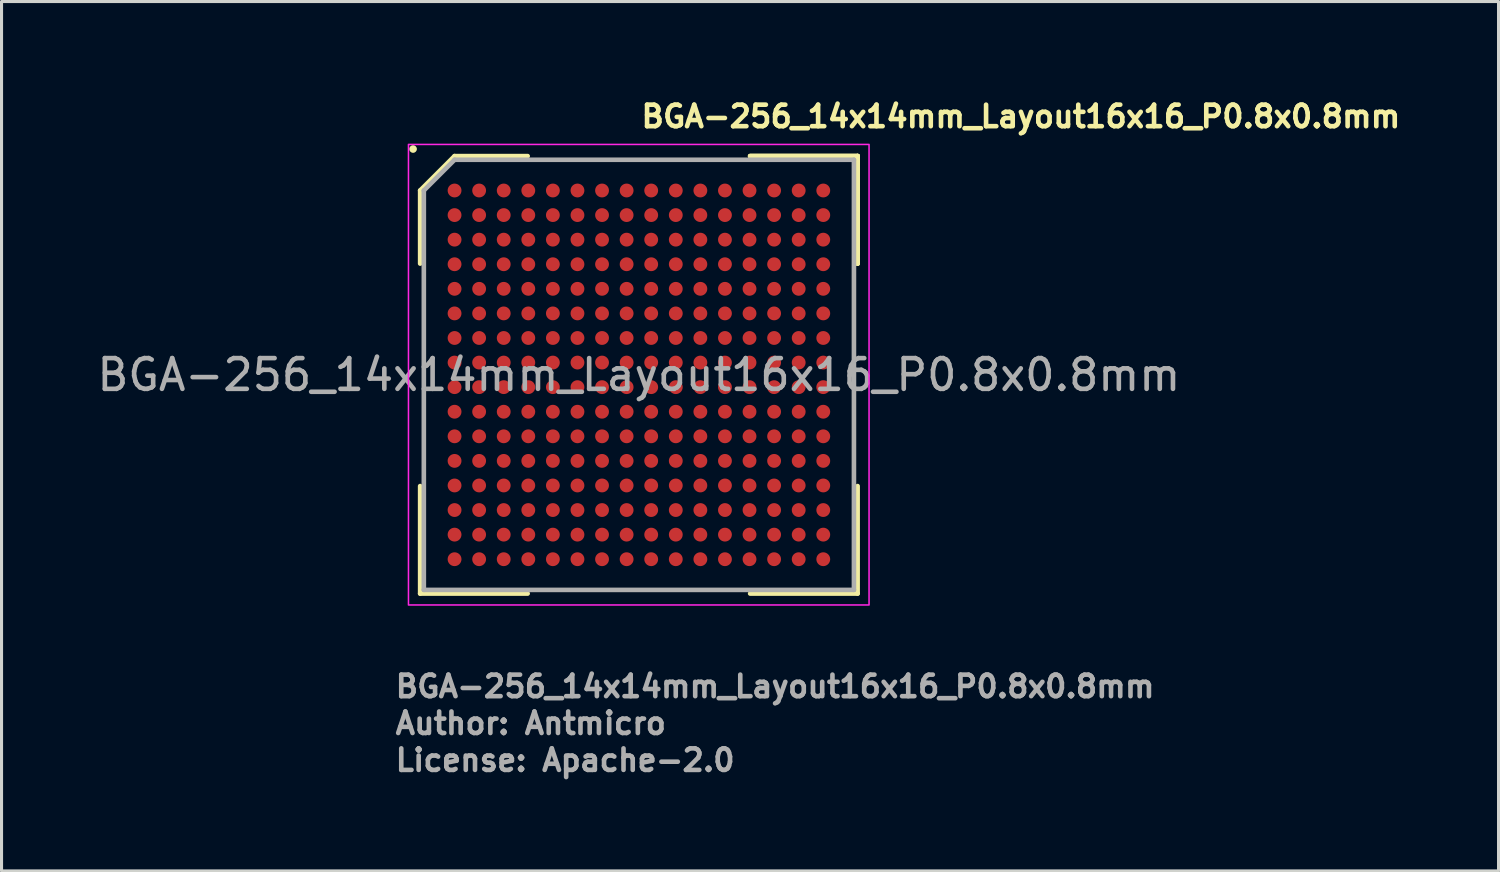
<source format=kicad_pcb>
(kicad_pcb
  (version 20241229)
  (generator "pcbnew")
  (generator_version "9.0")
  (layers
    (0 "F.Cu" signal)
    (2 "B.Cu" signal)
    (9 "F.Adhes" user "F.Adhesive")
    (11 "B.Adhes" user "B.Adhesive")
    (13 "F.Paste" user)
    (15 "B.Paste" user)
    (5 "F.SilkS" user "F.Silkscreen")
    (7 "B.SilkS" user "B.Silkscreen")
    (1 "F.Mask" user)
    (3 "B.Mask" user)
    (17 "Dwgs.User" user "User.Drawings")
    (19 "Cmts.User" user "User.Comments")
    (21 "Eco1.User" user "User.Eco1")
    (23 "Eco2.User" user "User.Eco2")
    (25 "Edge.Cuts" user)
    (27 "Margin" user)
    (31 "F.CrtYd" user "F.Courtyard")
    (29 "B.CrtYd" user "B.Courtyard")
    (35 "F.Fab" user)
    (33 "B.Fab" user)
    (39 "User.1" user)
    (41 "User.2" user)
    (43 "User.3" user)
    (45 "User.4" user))
  (footprint "BGA-256_14x14mm_Layout16x16_P0.8x0.8mm"
    (layer "F.Cu")
    (at 17.744 9.15)
    (property "Reference" "BGA-256_14x14mm_Layout16x16_P0.8x0.8mm" (at 0 -8 0) (layer "F.SilkS") (effects (font (size 0.7 0.7) (thickness 0.15)) (justify left bottom)))
    (attr smd)
    (fp_line (start -7.12 -6) (end -7.12 -3.621) (stroke (width 0.15) (type solid)) (layer "F.SilkS"))
    (fp_line (start -7.12 7.118) (end -7.12 3.62) (stroke (width 0.15) (type solid)) (layer "F.SilkS"))
    (fp_line (start -6 -7.12) (end -7.12 -6) (stroke (width 0.15) (type solid)) (layer "F.SilkS"))
    (fp_line (start -3.621 -7.12) (end -6 -7.12) (stroke (width 0.15) (type solid)) (layer "F.SilkS"))
    (fp_line (start -3.621 7.118) (end -7.12 7.118) (stroke (width 0.15) (type solid)) (layer "F.SilkS"))
    (fp_line (start 3.62 -7.12) (end 7.118 -7.12) (stroke (width 0.15) (type solid)) (layer "F.SilkS"))
    (fp_line (start 3.62 -7.12) (end 7.118 -7.12) (stroke (width 0.15) (type solid)) (layer "F.SilkS"))
    (fp_line (start 3.62 -7.12) (end 7.118 -7.12) (stroke (width 0.15) (type solid)) (layer "F.SilkS"))
    (fp_line (start 3.62 7.118) (end 7.118 7.118) (stroke (width 0.15) (type solid)) (layer "F.SilkS"))
    (fp_line (start 7.118 -7.12) (end 7.118 -3.621) (stroke (width 0.15) (type solid)) (layer "F.SilkS"))
    (fp_line (start 7.118 -7.12) (end 7.118 -3.621) (stroke (width 0.15) (type solid)) (layer "F.SilkS"))
    (fp_line (start 7.118 -7.12) (end 7.118 -3.621) (stroke (width 0.15) (type solid)) (layer "F.SilkS"))
    (fp_line (start 7.118 7.118) (end 7.118 3.62) (stroke (width 0.15) (type solid)) (layer "F.SilkS"))
    (fp_circle (center -7.35 -7.35) (end -7.301 -7.35) (stroke (width 0.15) (type solid)) (fill yes) (layer "F.SilkS"))
    (fp_rect (start -7.5 -7.5) (end 7.49 7.49) (stroke (width 0.05) (type solid)) (fill no) (layer "F.CrtYd"))
    (fp_line (start -7 -6) (end -7 6.998) (stroke (width 0.15) (type solid)) (layer "F.Fab"))
    (fp_line (start -7 6.998) (end 6.998 6.998) (stroke (width 0.15) (type solid)) (layer "F.Fab"))
    (fp_line (start -6 -7) (end -7 -6) (stroke (width 0.15) (type solid)) (layer "F.Fab"))
    (fp_line (start 6.998 -7) (end -6 -7) (stroke (width 0.15) (type solid)) (layer "F.Fab"))
    (fp_line (start 6.998 6.998) (end 6.998 -7) (stroke (width 0.15) (type solid)) (layer "F.Fab"))
    (fp_rect (start -7 -7) (end 6.998 6.998) (stroke (width 0.1) (type solid)) (fill no) (layer "User.5"))
    (fp_rect (start -7 -7) (end 6.999 6.999) (stroke (width 0.1) (type solid)) (fill no) (layer "User.5"))
    (fp_rect (start -7 -7) (end 6.999 6.999) (stroke (width 0.1) (type solid)) (fill no) (layer "User.5"))
    (fp_line (start -7 -7) (end -7 6.998) (stroke (width 0.02) (type solid)) (layer "User.9"))
    (fp_line (start -7 -7) (end -7 6.999) (stroke (width 0.02) (type solid)) (layer "User.9"))
    (fp_line (start -7 6.998) (end 6.998 6.998) (stroke (width 0.02) (type solid)) (layer "User.9"))
    (fp_line (start -7 6.999) (end 6.999 6.999) (stroke (width 0.02) (type solid)) (layer "User.9"))
    (fp_line (start 6.998 -7) (end -7 -7) (stroke (width 0.02) (type solid)) (layer "User.9"))
    (fp_line (start 6.998 6.998) (end 6.998 -7) (stroke (width 0.02) (type solid)) (layer "User.9"))
    (fp_line (start 6.999 -7) (end -7 -7) (stroke (width 0.02) (type solid)) (layer "User.9"))
    (fp_line (start 6.999 6.999) (end 6.999 -7) (stroke (width 0.02) (type solid)) (layer "User.9"))
    (fp_text user "Author: Antmicro" (at -8 11.749 0) (layer "F.Fab") (effects (font (size 0.7 0.7) (thickness 0.15)) (justify left bottom)))
    (fp_text user "License: Apache-2.0" (at -8 12.95 0) (layer "F.Fab") (effects (font (size 0.7 0.7) (thickness 0.15)) (justify left bottom)))
    (fp_text user "${REFERENCE}" (at 0 0 0) (layer "F.Fab") (effects (font (size 1 1) (thickness 0.15))))
    (fp_text user "${REFERENCE}" (at -8 10.55 0) (layer "F.Fab") (effects (font (size 0.7 0.7) (thickness 0.15)) (justify left bottom)))
    (pad "A1" smd circle (at -6 -6) (size 0.45 0.45) (layers "F.Cu" "F.Mask" "F.Paste"))
    (pad "A2" smd circle (at -5.2 -6) (size 0.45 0.45) (layers "F.Cu" "F.Mask" "F.Paste"))
    (pad "A3" smd circle (at -4.4 -6) (size 0.45 0.45) (layers "F.Cu" "F.Mask" "F.Paste"))
    (pad "A4" smd circle (at -3.6 -6) (size 0.45 0.45) (layers "F.Cu" "F.Mask" "F.Paste"))
    (pad "A5" smd circle (at -2.8 -6) (size 0.45 0.45) (layers "F.Cu" "F.Mask" "F.Paste"))
    (pad "A6" smd circle (at -2 -6) (size 0.45 0.45) (layers "F.Cu" "F.Mask" "F.Paste"))
    (pad "A7" smd circle (at -1.2 -6) (size 0.45 0.45) (layers "F.Cu" "F.Mask" "F.Paste"))
    (pad "A8" smd circle (at -0.4 -6) (size 0.45 0.45) (layers "F.Cu" "F.Mask" "F.Paste"))
    (pad "A9" smd circle (at 0.4 -6) (size 0.45 0.45) (layers "F.Cu" "F.Mask" "F.Paste"))
    (pad "A10" smd circle (at 1.2 -6) (size 0.45 0.45) (layers "F.Cu" "F.Mask" "F.Paste"))
    (pad "A11" smd circle (at 2 -6) (size 0.45 0.45) (layers "F.Cu" "F.Mask" "F.Paste"))
    (pad "A12" smd circle (at 2.8 -6) (size 0.45 0.45) (layers "F.Cu" "F.Mask" "F.Paste"))
    (pad "A13" smd circle (at 3.6 -6) (size 0.45 0.45) (layers "F.Cu" "F.Mask" "F.Paste"))
    (pad "A14" smd circle (at 4.4 -6) (size 0.45 0.45) (layers "F.Cu" "F.Mask" "F.Paste"))
    (pad "A15" smd circle (at 5.2 -6) (size 0.45 0.45) (layers "F.Cu" "F.Mask" "F.Paste"))
    (pad "A16" smd circle (at 6 -6) (size 0.45 0.45) (layers "F.Cu" "F.Mask" "F.Paste"))
    (pad "B1" smd circle (at -6 -5.2) (size 0.45 0.45) (layers "F.Cu" "F.Mask" "F.Paste"))
    (pad "B2" smd circle (at -5.2 -5.2) (size 0.45 0.45) (layers "F.Cu" "F.Mask" "F.Paste"))
    (pad "B3" smd circle (at -4.4 -5.2) (size 0.45 0.45) (layers "F.Cu" "F.Mask" "F.Paste"))
    (pad "B4" smd circle (at -3.6 -5.2) (size 0.45 0.45) (layers "F.Cu" "F.Mask" "F.Paste"))
    (pad "B5" smd circle (at -2.8 -5.2) (size 0.45 0.45) (layers "F.Cu" "F.Mask" "F.Paste"))
    (pad "B6" smd circle (at -2 -5.2) (size 0.45 0.45) (layers "F.Cu" "F.Mask" "F.Paste"))
    (pad "B7" smd circle (at -1.2 -5.2) (size 0.45 0.45) (layers "F.Cu" "F.Mask" "F.Paste"))
    (pad "B8" smd circle (at -0.4 -5.2) (size 0.45 0.45) (layers "F.Cu" "F.Mask" "F.Paste"))
    (pad "B9" smd circle (at 0.4 -5.2) (size 0.45 0.45) (layers "F.Cu" "F.Mask" "F.Paste"))
    (pad "B10" smd circle (at 1.2 -5.2) (size 0.45 0.45) (layers "F.Cu" "F.Mask" "F.Paste"))
    (pad "B11" smd circle (at 2 -5.2) (size 0.45 0.45) (layers "F.Cu" "F.Mask" "F.Paste"))
    (pad "B12" smd circle (at 2.8 -5.2) (size 0.45 0.45) (layers "F.Cu" "F.Mask" "F.Paste"))
    (pad "B13" smd circle (at 3.6 -5.2) (size 0.45 0.45) (layers "F.Cu" "F.Mask" "F.Paste"))
    (pad "B14" smd circle (at 4.4 -5.2) (size 0.45 0.45) (layers "F.Cu" "F.Mask" "F.Paste"))
    (pad "B15" smd circle (at 5.2 -5.2) (size 0.45 0.45) (layers "F.Cu" "F.Mask" "F.Paste"))
    (pad "B16" smd circle (at 6 -5.2) (size 0.45 0.45) (layers "F.Cu" "F.Mask" "F.Paste"))
    (pad "C1" smd circle (at -6 -4.4) (size 0.45 0.45) (layers "F.Cu" "F.Mask" "F.Paste"))
    (pad "C2" smd circle (at -5.2 -4.4) (size 0.45 0.45) (layers "F.Cu" "F.Mask" "F.Paste"))
    (pad "C3" smd circle (at -4.4 -4.4) (size 0.45 0.45) (layers "F.Cu" "F.Mask" "F.Paste"))
    (pad "C4" smd circle (at -3.6 -4.4) (size 0.45 0.45) (layers "F.Cu" "F.Mask" "F.Paste"))
    (pad "C5" smd circle (at -2.8 -4.4) (size 0.45 0.45) (layers "F.Cu" "F.Mask" "F.Paste"))
    (pad "C6" smd circle (at -2 -4.4) (size 0.45 0.45) (layers "F.Cu" "F.Mask" "F.Paste"))
    (pad "C7" smd circle (at -1.2 -4.4) (size 0.45 0.45) (layers "F.Cu" "F.Mask" "F.Paste"))
    (pad "C8" smd circle (at -0.4 -4.4) (size 0.45 0.45) (layers "F.Cu" "F.Mask" "F.Paste"))
    (pad "C9" smd circle (at 0.4 -4.4) (size 0.45 0.45) (layers "F.Cu" "F.Mask" "F.Paste"))
    (pad "C10" smd circle (at 1.2 -4.4) (size 0.45 0.45) (layers "F.Cu" "F.Mask" "F.Paste"))
    (pad "C11" smd circle (at 2 -4.4) (size 0.45 0.45) (layers "F.Cu" "F.Mask" "F.Paste"))
    (pad "C12" smd circle (at 2.8 -4.4) (size 0.45 0.45) (layers "F.Cu" "F.Mask" "F.Paste"))
    (pad "C13" smd circle (at 3.6 -4.4) (size 0.45 0.45) (layers "F.Cu" "F.Mask" "F.Paste"))
    (pad "C14" smd circle (at 4.4 -4.4) (size 0.45 0.45) (layers "F.Cu" "F.Mask" "F.Paste"))
    (pad "C15" smd circle (at 5.2 -4.4) (size 0.45 0.45) (layers "F.Cu" "F.Mask" "F.Paste"))
    (pad "C16" smd circle (at 6 -4.4) (size 0.45 0.45) (layers "F.Cu" "F.Mask" "F.Paste"))
    (pad "D1" smd circle (at -6 -3.6) (size 0.45 0.45) (layers "F.Cu" "F.Mask" "F.Paste"))
    (pad "D2" smd circle (at -5.2 -3.6) (size 0.45 0.45) (layers "F.Cu" "F.Mask" "F.Paste"))
    (pad "D3" smd circle (at -4.4 -3.6) (size 0.45 0.45) (layers "F.Cu" "F.Mask" "F.Paste"))
    (pad "D4" smd circle (at -3.6 -3.6) (size 0.45 0.45) (layers "F.Cu" "F.Mask" "F.Paste"))
    (pad "D5" smd circle (at -2.8 -3.6) (size 0.45 0.45) (layers "F.Cu" "F.Mask" "F.Paste"))
    (pad "D6" smd circle (at -2 -3.6) (size 0.45 0.45) (layers "F.Cu" "F.Mask" "F.Paste"))
    (pad "D7" smd circle (at -1.2 -3.6) (size 0.45 0.45) (layers "F.Cu" "F.Mask" "F.Paste"))
    (pad "D8" smd circle (at -0.4 -3.6) (size 0.45 0.45) (layers "F.Cu" "F.Mask" "F.Paste"))
    (pad "D9" smd circle (at 0.4 -3.6) (size 0.45 0.45) (layers "F.Cu" "F.Mask" "F.Paste"))
    (pad "D10" smd circle (at 1.2 -3.6) (size 0.45 0.45) (layers "F.Cu" "F.Mask" "F.Paste"))
    (pad "D11" smd circle (at 2 -3.6) (size 0.45 0.45) (layers "F.Cu" "F.Mask" "F.Paste"))
    (pad "D12" smd circle (at 2.8 -3.6) (size 0.45 0.45) (layers "F.Cu" "F.Mask" "F.Paste"))
    (pad "D13" smd circle (at 3.6 -3.6) (size 0.45 0.45) (layers "F.Cu" "F.Mask" "F.Paste"))
    (pad "D14" smd circle (at 4.4 -3.6) (size 0.45 0.45) (layers "F.Cu" "F.Mask" "F.Paste"))
    (pad "D15" smd circle (at 5.2 -3.6) (size 0.45 0.45) (layers "F.Cu" "F.Mask" "F.Paste"))
    (pad "D16" smd circle (at 6 -3.6) (size 0.45 0.45) (layers "F.Cu" "F.Mask" "F.Paste"))
    (pad "E1" smd circle (at -6 -2.8) (size 0.45 0.45) (layers "F.Cu" "F.Mask" "F.Paste"))
    (pad "E2" smd circle (at -5.2 -2.8) (size 0.45 0.45) (layers "F.Cu" "F.Mask" "F.Paste"))
    (pad "E3" smd circle (at -4.4 -2.8) (size 0.45 0.45) (layers "F.Cu" "F.Mask" "F.Paste"))
    (pad "E4" smd circle (at -3.6 -2.8) (size 0.45 0.45) (layers "F.Cu" "F.Mask" "F.Paste"))
    (pad "E5" smd circle (at -2.8 -2.8) (size 0.45 0.45) (layers "F.Cu" "F.Mask" "F.Paste"))
    (pad "E6" smd circle (at -2 -2.8) (size 0.45 0.45) (layers "F.Cu" "F.Mask" "F.Paste"))
    (pad "E7" smd circle (at -1.2 -2.8) (size 0.45 0.45) (layers "F.Cu" "F.Mask" "F.Paste"))
    (pad "E8" smd circle (at -0.4 -2.8) (size 0.45 0.45) (layers "F.Cu" "F.Mask" "F.Paste"))
    (pad "E9" smd circle (at 0.4 -2.8) (size 0.45 0.45) (layers "F.Cu" "F.Mask" "F.Paste"))
    (pad "E10" smd circle (at 1.2 -2.8) (size 0.45 0.45) (layers "F.Cu" "F.Mask" "F.Paste"))
    (pad "E11" smd circle (at 2 -2.8) (size 0.45 0.45) (layers "F.Cu" "F.Mask" "F.Paste"))
    (pad "E12" smd circle (at 2.8 -2.8) (size 0.45 0.45) (layers "F.Cu" "F.Mask" "F.Paste"))
    (pad "E13" smd circle (at 3.6 -2.8) (size 0.45 0.45) (layers "F.Cu" "F.Mask" "F.Paste"))
    (pad "E14" smd circle (at 4.4 -2.8) (size 0.45 0.45) (layers "F.Cu" "F.Mask" "F.Paste"))
    (pad "E15" smd circle (at 5.2 -2.8) (size 0.45 0.45) (layers "F.Cu" "F.Mask" "F.Paste"))
    (pad "E16" smd circle (at 6 -2.8) (size 0.45 0.45) (layers "F.Cu" "F.Mask" "F.Paste"))
    (pad "F1" smd circle (at -6 -2) (size 0.45 0.45) (layers "F.Cu" "F.Mask" "F.Paste"))
    (pad "F2" smd circle (at -5.2 -2) (size 0.45 0.45) (layers "F.Cu" "F.Mask" "F.Paste"))
    (pad "F3" smd circle (at -4.4 -2) (size 0.45 0.45) (layers "F.Cu" "F.Mask" "F.Paste"))
    (pad "F4" smd circle (at -3.6 -2) (size 0.45 0.45) (layers "F.Cu" "F.Mask" "F.Paste"))
    (pad "F5" smd circle (at -2.8 -2) (size 0.45 0.45) (layers "F.Cu" "F.Mask" "F.Paste"))
    (pad "F6" smd circle (at -2 -2) (size 0.45 0.45) (layers "F.Cu" "F.Mask" "F.Paste"))
    (pad "F7" smd circle (at -1.2 -2) (size 0.45 0.45) (layers "F.Cu" "F.Mask" "F.Paste"))
    (pad "F8" smd circle (at -0.4 -2) (size 0.45 0.45) (layers "F.Cu" "F.Mask" "F.Paste"))
    (pad "F9" smd circle (at 0.4 -2) (size 0.45 0.45) (layers "F.Cu" "F.Mask" "F.Paste"))
    (pad "F10" smd circle (at 1.2 -2) (size 0.45 0.45) (layers "F.Cu" "F.Mask" "F.Paste"))
    (pad "F11" smd circle (at 2 -2) (size 0.45 0.45) (layers "F.Cu" "F.Mask" "F.Paste"))
    (pad "F12" smd circle (at 2.8 -2) (size 0.45 0.45) (layers "F.Cu" "F.Mask" "F.Paste"))
    (pad "F13" smd circle (at 3.6 -2) (size 0.45 0.45) (layers "F.Cu" "F.Mask" "F.Paste"))
    (pad "F14" smd circle (at 4.4 -2) (size 0.45 0.45) (layers "F.Cu" "F.Mask" "F.Paste"))
    (pad "F15" smd circle (at 5.2 -2) (size 0.45 0.45) (layers "F.Cu" "F.Mask" "F.Paste"))
    (pad "F16" smd circle (at 6 -2) (size 0.45 0.45) (layers "F.Cu" "F.Mask" "F.Paste"))
    (pad "G1" smd circle (at -6 -1.2) (size 0.45 0.45) (layers "F.Cu" "F.Mask" "F.Paste"))
    (pad "G2" smd circle (at -5.2 -1.2) (size 0.45 0.45) (layers "F.Cu" "F.Mask" "F.Paste"))
    (pad "G3" smd circle (at -4.4 -1.2) (size 0.45 0.45) (layers "F.Cu" "F.Mask" "F.Paste"))
    (pad "G4" smd circle (at -3.6 -1.2) (size 0.45 0.45) (layers "F.Cu" "F.Mask" "F.Paste"))
    (pad "G5" smd circle (at -2.8 -1.2) (size 0.45 0.45) (layers "F.Cu" "F.Mask" "F.Paste"))
    (pad "G6" smd circle (at -2 -1.2) (size 0.45 0.45) (layers "F.Cu" "F.Mask" "F.Paste"))
    (pad "G7" smd circle (at -1.2 -1.2) (size 0.45 0.45) (layers "F.Cu" "F.Mask" "F.Paste"))
    (pad "G8" smd circle (at -0.4 -1.2) (size 0.45 0.45) (layers "F.Cu" "F.Mask" "F.Paste"))
    (pad "G9" smd circle (at 0.4 -1.2) (size 0.45 0.45) (layers "F.Cu" "F.Mask" "F.Paste"))
    (pad "G10" smd circle (at 1.2 -1.2) (size 0.45 0.45) (layers "F.Cu" "F.Mask" "F.Paste"))
    (pad "G11" smd circle (at 2 -1.2) (size 0.45 0.45) (layers "F.Cu" "F.Mask" "F.Paste"))
    (pad "G12" smd circle (at 2.8 -1.2) (size 0.45 0.45) (layers "F.Cu" "F.Mask" "F.Paste"))
    (pad "G13" smd circle (at 3.6 -1.2) (size 0.45 0.45) (layers "F.Cu" "F.Mask" "F.Paste"))
    (pad "G14" smd circle (at 4.4 -1.2) (size 0.45 0.45) (layers "F.Cu" "F.Mask" "F.Paste"))
    (pad "G15" smd circle (at 5.2 -1.2) (size 0.45 0.45) (layers "F.Cu" "F.Mask" "F.Paste"))
    (pad "G16" smd circle (at 6 -1.2) (size 0.45 0.45) (layers "F.Cu" "F.Mask" "F.Paste"))
    (pad "H1" smd circle (at -6 -0.4) (size 0.45 0.45) (layers "F.Cu" "F.Mask" "F.Paste"))
    (pad "H2" smd circle (at -5.2 -0.4) (size 0.45 0.45) (layers "F.Cu" "F.Mask" "F.Paste"))
    (pad "H3" smd circle (at -4.4 -0.4) (size 0.45 0.45) (layers "F.Cu" "F.Mask" "F.Paste"))
    (pad "H4" smd circle (at -3.6 -0.4) (size 0.45 0.45) (layers "F.Cu" "F.Mask" "F.Paste"))
    (pad "H5" smd circle (at -2.8 -0.4) (size 0.45 0.45) (layers "F.Cu" "F.Mask" "F.Paste"))
    (pad "H6" smd circle (at -2 -0.4) (size 0.45 0.45) (layers "F.Cu" "F.Mask" "F.Paste"))
    (pad "H7" smd circle (at -1.2 -0.4) (size 0.45 0.45) (layers "F.Cu" "F.Mask" "F.Paste"))
    (pad "H8" smd circle (at -0.4 -0.4) (size 0.45 0.45) (layers "F.Cu" "F.Mask" "F.Paste"))
    (pad "H9" smd circle (at 0.4 -0.4) (size 0.45 0.45) (layers "F.Cu" "F.Mask" "F.Paste"))
    (pad "H10" smd circle (at 1.2 -0.4) (size 0.45 0.45) (layers "F.Cu" "F.Mask" "F.Paste"))
    (pad "H11" smd circle (at 2 -0.4) (size 0.45 0.45) (layers "F.Cu" "F.Mask" "F.Paste"))
    (pad "H12" smd circle (at 2.8 -0.4) (size 0.45 0.45) (layers "F.Cu" "F.Mask" "F.Paste"))
    (pad "H13" smd circle (at 3.6 -0.4) (size 0.45 0.45) (layers "F.Cu" "F.Mask" "F.Paste"))
    (pad "H14" smd circle (at 4.4 -0.4) (size 0.45 0.45) (layers "F.Cu" "F.Mask" "F.Paste"))
    (pad "H15" smd circle (at 5.2 -0.4) (size 0.45 0.45) (layers "F.Cu" "F.Mask" "F.Paste"))
    (pad "H16" smd circle (at 6 -0.4) (size 0.45 0.45) (layers "F.Cu" "F.Mask" "F.Paste"))
    (pad "J1" smd circle (at -6 0.4) (size 0.45 0.45) (layers "F.Cu" "F.Mask" "F.Paste"))
    (pad "J2" smd circle (at -5.2 0.4) (size 0.45 0.45) (layers "F.Cu" "F.Mask" "F.Paste"))
    (pad "J3" smd circle (at -4.4 0.4) (size 0.45 0.45) (layers "F.Cu" "F.Mask" "F.Paste"))
    (pad "J4" smd circle (at -3.6 0.4) (size 0.45 0.45) (layers "F.Cu" "F.Mask" "F.Paste"))
    (pad "J5" smd circle (at -2.8 0.4) (size 0.45 0.45) (layers "F.Cu" "F.Mask" "F.Paste"))
    (pad "J6" smd circle (at -2 0.4) (size 0.45 0.45) (layers "F.Cu" "F.Mask" "F.Paste"))
    (pad "J7" smd circle (at -1.2 0.4) (size 0.45 0.45) (layers "F.Cu" "F.Mask" "F.Paste"))
    (pad "J8" smd circle (at -0.4 0.4) (size 0.45 0.45) (layers "F.Cu" "F.Mask" "F.Paste"))
    (pad "J9" smd circle (at 0.4 0.4) (size 0.45 0.45) (layers "F.Cu" "F.Mask" "F.Paste"))
    (pad "J10" smd circle (at 1.2 0.4) (size 0.45 0.45) (layers "F.Cu" "F.Mask" "F.Paste"))
    (pad "J11" smd circle (at 2 0.4) (size 0.45 0.45) (layers "F.Cu" "F.Mask" "F.Paste"))
    (pad "J12" smd circle (at 2.8 0.4) (size 0.45 0.45) (layers "F.Cu" "F.Mask" "F.Paste"))
    (pad "J13" smd circle (at 3.6 0.4) (size 0.45 0.45) (layers "F.Cu" "F.Mask" "F.Paste"))
    (pad "J14" smd circle (at 4.4 0.4) (size 0.45 0.45) (layers "F.Cu" "F.Mask" "F.Paste"))
    (pad "J15" smd circle (at 5.2 0.4) (size 0.45 0.45) (layers "F.Cu" "F.Mask" "F.Paste"))
    (pad "J16" smd circle (at 6 0.4) (size 0.45 0.45) (layers "F.Cu" "F.Mask" "F.Paste"))
    (pad "K1" smd circle (at -6 1.2) (size 0.45 0.45) (layers "F.Cu" "F.Mask" "F.Paste"))
    (pad "K2" smd circle (at -5.2 1.2) (size 0.45 0.45) (layers "F.Cu" "F.Mask" "F.Paste"))
    (pad "K3" smd circle (at -4.4 1.2) (size 0.45 0.45) (layers "F.Cu" "F.Mask" "F.Paste"))
    (pad "K4" smd circle (at -3.6 1.2) (size 0.45 0.45) (layers "F.Cu" "F.Mask" "F.Paste"))
    (pad "K5" smd circle (at -2.8 1.2) (size 0.45 0.45) (layers "F.Cu" "F.Mask" "F.Paste"))
    (pad "K6" smd circle (at -2 1.2) (size 0.45 0.45) (layers "F.Cu" "F.Mask" "F.Paste"))
    (pad "K7" smd circle (at -1.2 1.2) (size 0.45 0.45) (layers "F.Cu" "F.Mask" "F.Paste"))
    (pad "K8" smd circle (at -0.4 1.2) (size 0.45 0.45) (layers "F.Cu" "F.Mask" "F.Paste"))
    (pad "K9" smd circle (at 0.4 1.2) (size 0.45 0.45) (layers "F.Cu" "F.Mask" "F.Paste"))
    (pad "K10" smd circle (at 1.2 1.2) (size 0.45 0.45) (layers "F.Cu" "F.Mask" "F.Paste"))
    (pad "K11" smd circle (at 2 1.2) (size 0.45 0.45) (layers "F.Cu" "F.Mask" "F.Paste"))
    (pad "K12" smd circle (at 2.8 1.2) (size 0.45 0.45) (layers "F.Cu" "F.Mask" "F.Paste"))
    (pad "K13" smd circle (at 3.6 1.2) (size 0.45 0.45) (layers "F.Cu" "F.Mask" "F.Paste"))
    (pad "K14" smd circle (at 4.4 1.2) (size 0.45 0.45) (layers "F.Cu" "F.Mask" "F.Paste"))
    (pad "K15" smd circle (at 5.2 1.2) (size 0.45 0.45) (layers "F.Cu" "F.Mask" "F.Paste"))
    (pad "K16" smd circle (at 6 1.2) (size 0.45 0.45) (layers "F.Cu" "F.Mask" "F.Paste"))
    (pad "L1" smd circle (at -6 2) (size 0.45 0.45) (layers "F.Cu" "F.Mask" "F.Paste"))
    (pad "L2" smd circle (at -5.2 2) (size 0.45 0.45) (layers "F.Cu" "F.Mask" "F.Paste"))
    (pad "L3" smd circle (at -4.4 2) (size 0.45 0.45) (layers "F.Cu" "F.Mask" "F.Paste"))
    (pad "L4" smd circle (at -3.6 2) (size 0.45 0.45) (layers "F.Cu" "F.Mask" "F.Paste"))
    (pad "L5" smd circle (at -2.8 2) (size 0.45 0.45) (layers "F.Cu" "F.Mask" "F.Paste"))
    (pad "L6" smd circle (at -2 2) (size 0.45 0.45) (layers "F.Cu" "F.Mask" "F.Paste"))
    (pad "L7" smd circle (at -1.2 2) (size 0.45 0.45) (layers "F.Cu" "F.Mask" "F.Paste"))
    (pad "L8" smd circle (at -0.4 2) (size 0.45 0.45) (layers "F.Cu" "F.Mask" "F.Paste"))
    (pad "L9" smd circle (at 0.4 2) (size 0.45 0.45) (layers "F.Cu" "F.Mask" "F.Paste"))
    (pad "L10" smd circle (at 1.2 2) (size 0.45 0.45) (layers "F.Cu" "F.Mask" "F.Paste"))
    (pad "L11" smd circle (at 2 2) (size 0.45 0.45) (layers "F.Cu" "F.Mask" "F.Paste"))
    (pad "L12" smd circle (at 2.8 2) (size 0.45 0.45) (layers "F.Cu" "F.Mask" "F.Paste"))
    (pad "L13" smd circle (at 3.6 2) (size 0.45 0.45) (layers "F.Cu" "F.Mask" "F.Paste"))
    (pad "L14" smd circle (at 4.4 2) (size 0.45 0.45) (layers "F.Cu" "F.Mask" "F.Paste"))
    (pad "L15" smd circle (at 5.2 2) (size 0.45 0.45) (layers "F.Cu" "F.Mask" "F.Paste"))
    (pad "L16" smd circle (at 6 2) (size 0.45 0.45) (layers "F.Cu" "F.Mask" "F.Paste"))
    (pad "M1" smd circle (at -6 2.8) (size 0.45 0.45) (layers "F.Cu" "F.Mask" "F.Paste"))
    (pad "M2" smd circle (at -5.2 2.8) (size 0.45 0.45) (layers "F.Cu" "F.Mask" "F.Paste"))
    (pad "M3" smd circle (at -4.4 2.8) (size 0.45 0.45) (layers "F.Cu" "F.Mask" "F.Paste"))
    (pad "M4" smd circle (at -3.6 2.8) (size 0.45 0.45) (layers "F.Cu" "F.Mask" "F.Paste"))
    (pad "M5" smd circle (at -2.8 2.8) (size 0.45 0.45) (layers "F.Cu" "F.Mask" "F.Paste"))
    (pad "M6" smd circle (at -2 2.8) (size 0.45 0.45) (layers "F.Cu" "F.Mask" "F.Paste"))
    (pad "M7" smd circle (at -1.2 2.8) (size 0.45 0.45) (layers "F.Cu" "F.Mask" "F.Paste"))
    (pad "M8" smd circle (at -0.4 2.8) (size 0.45 0.45) (layers "F.Cu" "F.Mask" "F.Paste"))
    (pad "M9" smd circle (at 0.4 2.8) (size 0.45 0.45) (layers "F.Cu" "F.Mask" "F.Paste"))
    (pad "M10" smd circle (at 1.2 2.8) (size 0.45 0.45) (layers "F.Cu" "F.Mask" "F.Paste"))
    (pad "M11" smd circle (at 2 2.8) (size 0.45 0.45) (layers "F.Cu" "F.Mask" "F.Paste"))
    (pad "M12" smd circle (at 2.8 2.8) (size 0.45 0.45) (layers "F.Cu" "F.Mask" "F.Paste"))
    (pad "M13" smd circle (at 3.6 2.8) (size 0.45 0.45) (layers "F.Cu" "F.Mask" "F.Paste"))
    (pad "M14" smd circle (at 4.4 2.8) (size 0.45 0.45) (layers "F.Cu" "F.Mask" "F.Paste"))
    (pad "M15" smd circle (at 5.2 2.8) (size 0.45 0.45) (layers "F.Cu" "F.Mask" "F.Paste"))
    (pad "M16" smd circle (at 6 2.8) (size 0.45 0.45) (layers "F.Cu" "F.Mask" "F.Paste"))
    (pad "N1" smd circle (at -6 3.6) (size 0.45 0.45) (layers "F.Cu" "F.Mask" "F.Paste"))
    (pad "N2" smd circle (at -5.2 3.6) (size 0.45 0.45) (layers "F.Cu" "F.Mask" "F.Paste"))
    (pad "N3" smd circle (at -4.4 3.6) (size 0.45 0.45) (layers "F.Cu" "F.Mask" "F.Paste"))
    (pad "N4" smd circle (at -3.6 3.6) (size 0.45 0.45) (layers "F.Cu" "F.Mask" "F.Paste"))
    (pad "N5" smd circle (at -2.8 3.6) (size 0.45 0.45) (layers "F.Cu" "F.Mask" "F.Paste"))
    (pad "N6" smd circle (at -2 3.6) (size 0.45 0.45) (layers "F.Cu" "F.Mask" "F.Paste"))
    (pad "N7" smd circle (at -1.2 3.6) (size 0.45 0.45) (layers "F.Cu" "F.Mask" "F.Paste"))
    (pad "N8" smd circle (at -0.4 3.6) (size 0.45 0.45) (layers "F.Cu" "F.Mask" "F.Paste"))
    (pad "N9" smd circle (at 0.4 3.6) (size 0.45 0.45) (layers "F.Cu" "F.Mask" "F.Paste"))
    (pad "N10" smd circle (at 1.2 3.6) (size 0.45 0.45) (layers "F.Cu" "F.Mask" "F.Paste"))
    (pad "N11" smd circle (at 2 3.6) (size 0.45 0.45) (layers "F.Cu" "F.Mask" "F.Paste"))
    (pad "N12" smd circle (at 2.8 3.6) (size 0.45 0.45) (layers "F.Cu" "F.Mask" "F.Paste"))
    (pad "N13" smd circle (at 3.6 3.6) (size 0.45 0.45) (layers "F.Cu" "F.Mask" "F.Paste"))
    (pad "N14" smd circle (at 4.4 3.6) (size 0.45 0.45) (layers "F.Cu" "F.Mask" "F.Paste"))
    (pad "N15" smd circle (at 5.2 3.6) (size 0.45 0.45) (layers "F.Cu" "F.Mask" "F.Paste"))
    (pad "N16" smd circle (at 6 3.6) (size 0.45 0.45) (layers "F.Cu" "F.Mask" "F.Paste"))
    (pad "P1" smd circle (at -6 4.4) (size 0.45 0.45) (layers "F.Cu" "F.Mask" "F.Paste"))
    (pad "P2" smd circle (at -5.2 4.4) (size 0.45 0.45) (layers "F.Cu" "F.Mask" "F.Paste"))
    (pad "P3" smd circle (at -4.4 4.4) (size 0.45 0.45) (layers "F.Cu" "F.Mask" "F.Paste"))
    (pad "P4" smd circle (at -3.6 4.4) (size 0.45 0.45) (layers "F.Cu" "F.Mask" "F.Paste"))
    (pad "P5" smd circle (at -2.8 4.4) (size 0.45 0.45) (layers "F.Cu" "F.Mask" "F.Paste"))
    (pad "P6" smd circle (at -2 4.4) (size 0.45 0.45) (layers "F.Cu" "F.Mask" "F.Paste"))
    (pad "P7" smd circle (at -1.2 4.4) (size 0.45 0.45) (layers "F.Cu" "F.Mask" "F.Paste"))
    (pad "P8" smd circle (at -0.4 4.4) (size 0.45 0.45) (layers "F.Cu" "F.Mask" "F.Paste"))
    (pad "P9" smd circle (at 0.4 4.4) (size 0.45 0.45) (layers "F.Cu" "F.Mask" "F.Paste"))
    (pad "P10" smd circle (at 1.2 4.4) (size 0.45 0.45) (layers "F.Cu" "F.Mask" "F.Paste"))
    (pad "P11" smd circle (at 2 4.4) (size 0.45 0.45) (layers "F.Cu" "F.Mask" "F.Paste"))
    (pad "P12" smd circle (at 2.8 4.4) (size 0.45 0.45) (layers "F.Cu" "F.Mask" "F.Paste"))
    (pad "P13" smd circle (at 3.6 4.4) (size 0.45 0.45) (layers "F.Cu" "F.Mask" "F.Paste"))
    (pad "P14" smd circle (at 4.4 4.4) (size 0.45 0.45) (layers "F.Cu" "F.Mask" "F.Paste"))
    (pad "P15" smd circle (at 5.2 4.4) (size 0.45 0.45) (layers "F.Cu" "F.Mask" "F.Paste"))
    (pad "P16" smd circle (at 6 4.4) (size 0.45 0.45) (layers "F.Cu" "F.Mask" "F.Paste"))
    (pad "R1" smd circle (at -6 5.2) (size 0.45 0.45) (layers "F.Cu" "F.Mask" "F.Paste"))
    (pad "R2" smd circle (at -5.2 5.2) (size 0.45 0.45) (layers "F.Cu" "F.Mask" "F.Paste"))
    (pad "R3" smd circle (at -4.4 5.2) (size 0.45 0.45) (layers "F.Cu" "F.Mask" "F.Paste"))
    (pad "R4" smd circle (at -3.6 5.2) (size 0.45 0.45) (layers "F.Cu" "F.Mask" "F.Paste"))
    (pad "R5" smd circle (at -2.8 5.2) (size 0.45 0.45) (layers "F.Cu" "F.Mask" "F.Paste"))
    (pad "R6" smd circle (at -2 5.2) (size 0.45 0.45) (layers "F.Cu" "F.Mask" "F.Paste"))
    (pad "R7" smd circle (at -1.2 5.2) (size 0.45 0.45) (layers "F.Cu" "F.Mask" "F.Paste"))
    (pad "R8" smd circle (at -0.4 5.2) (size 0.45 0.45) (layers "F.Cu" "F.Mask" "F.Paste"))
    (pad "R9" smd circle (at 0.4 5.2) (size 0.45 0.45) (layers "F.Cu" "F.Mask" "F.Paste"))
    (pad "R10" smd circle (at 1.2 5.2) (size 0.45 0.45) (layers "F.Cu" "F.Mask" "F.Paste"))
    (pad "R11" smd circle (at 2 5.2) (size 0.45 0.45) (layers "F.Cu" "F.Mask" "F.Paste"))
    (pad "R12" smd circle (at 2.8 5.2) (size 0.45 0.45) (layers "F.Cu" "F.Mask" "F.Paste"))
    (pad "R13" smd circle (at 3.6 5.2) (size 0.45 0.45) (layers "F.Cu" "F.Mask" "F.Paste"))
    (pad "R14" smd circle (at 4.4 5.2) (size 0.45 0.45) (layers "F.Cu" "F.Mask" "F.Paste"))
    (pad "R15" smd circle (at 5.2 5.2) (size 0.45 0.45) (layers "F.Cu" "F.Mask" "F.Paste"))
    (pad "R16" smd circle (at 6 5.2) (size 0.45 0.45) (layers "F.Cu" "F.Mask" "F.Paste"))
    (pad "T1" smd circle (at -6 6) (size 0.45 0.45) (layers "F.Cu" "F.Mask" "F.Paste"))
    (pad "T2" smd circle (at -5.2 6) (size 0.45 0.45) (layers "F.Cu" "F.Mask" "F.Paste"))
    (pad "T3" smd circle (at -4.4 6) (size 0.45 0.45) (layers "F.Cu" "F.Mask" "F.Paste"))
    (pad "T4" smd circle (at -3.6 6) (size 0.45 0.45) (layers "F.Cu" "F.Mask" "F.Paste"))
    (pad "T5" smd circle (at -2.8 6) (size 0.45 0.45) (layers "F.Cu" "F.Mask" "F.Paste"))
    (pad "T6" smd circle (at -2 6) (size 0.45 0.45) (layers "F.Cu" "F.Mask" "F.Paste"))
    (pad "T7" smd circle (at -1.2 6) (size 0.45 0.45) (layers "F.Cu" "F.Mask" "F.Paste"))
    (pad "T8" smd circle (at -0.4 6) (size 0.45 0.45) (layers "F.Cu" "F.Mask" "F.Paste"))
    (pad "T9" smd circle (at 0.4 6) (size 0.45 0.45) (layers "F.Cu" "F.Mask" "F.Paste"))
    (pad "T10" smd circle (at 1.2 6) (size 0.45 0.45) (layers "F.Cu" "F.Mask" "F.Paste"))
    (pad "T11" smd circle (at 2 6) (size 0.45 0.45) (layers "F.Cu" "F.Mask" "F.Paste"))
    (pad "T12" smd circle (at 2.8 6) (size 0.45 0.45) (layers "F.Cu" "F.Mask" "F.Paste"))
    (pad "T13" smd circle (at 3.6 6) (size 0.45 0.45) (layers "F.Cu" "F.Mask" "F.Paste"))
    (pad "T14" smd circle (at 4.4 6) (size 0.45 0.45) (layers "F.Cu" "F.Mask" "F.Paste"))
    (pad "T15" smd circle (at 5.2 6) (size 0.45 0.45) (layers "F.Cu" "F.Mask" "F.Paste"))
    (pad "T16" smd circle (at 6 6) (size 0.45 0.45) (layers "F.Cu" "F.Mask" "F.Paste")))
  (gr_rect
    (start -3 -3)
    (end 45.721 25.296)
    (stroke (width 0.1) (type default))
    (fill no)
    (layer "Edge.Cuts")))
</source>
